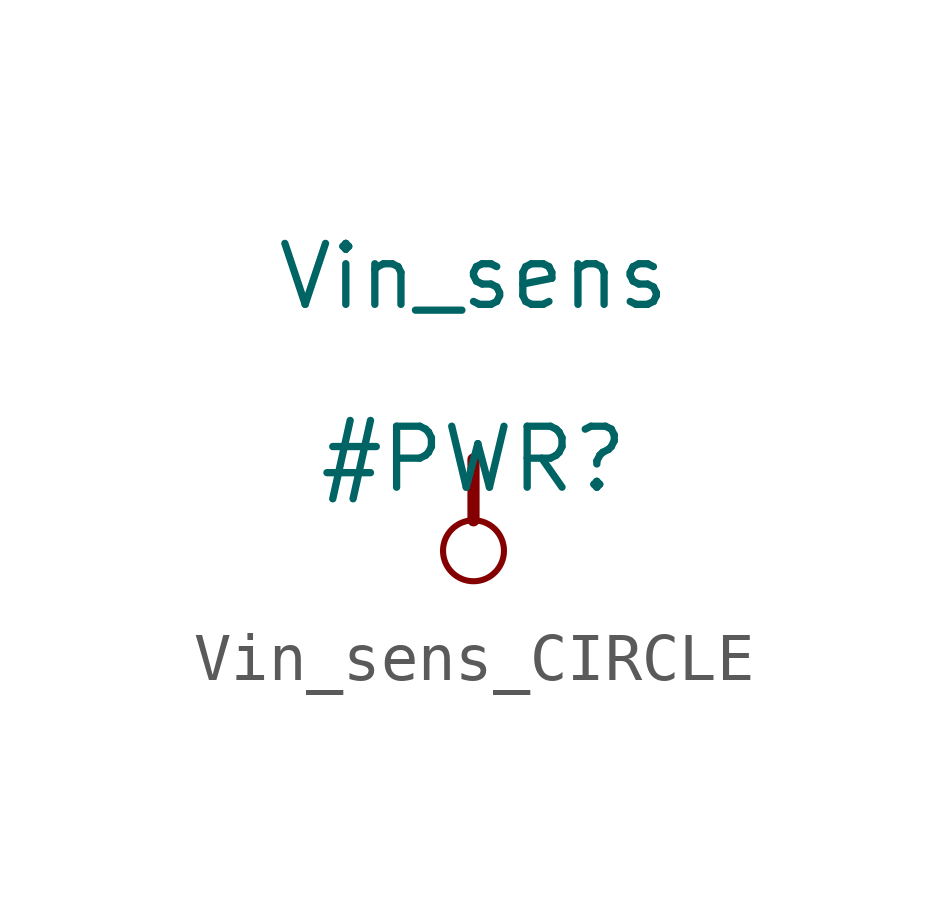
<source format=kicad_sym>
(kicad_symbol_lib
  (version 20231120)
  (generator "kicad_symbol_editor")
  (generator_version "8.0")
  (symbol "Vin_sens_CIRCLE"
    (power)
    (property "Reference" "#PWR"
      (at 0 0 0)
      (effects (font (size 1.27 1.27))))
    (property "Value" "Vin_sens"
      (at 0 3.81 0)
      (effects (font (size 1.27 1.27))))
    (symbol "Vin_sens_CIRCLE_0_0"
      (circle (center 0 -1.905) (radius 0.635) (stroke (width 0.127) (type solid)) (fill (type none)))
      (polyline (pts (xy 0 0) (xy 0 -1.27)) (stroke (width 0.254) (type solid)) (fill (type none)))
      (pin power_in line (at 0 0 0) (length 0) hide (name "Vin_sens" (effects (font (size 1.27 1.27)))) (number "" (effects (font (size 1.27 1.27))))))))
</source>
